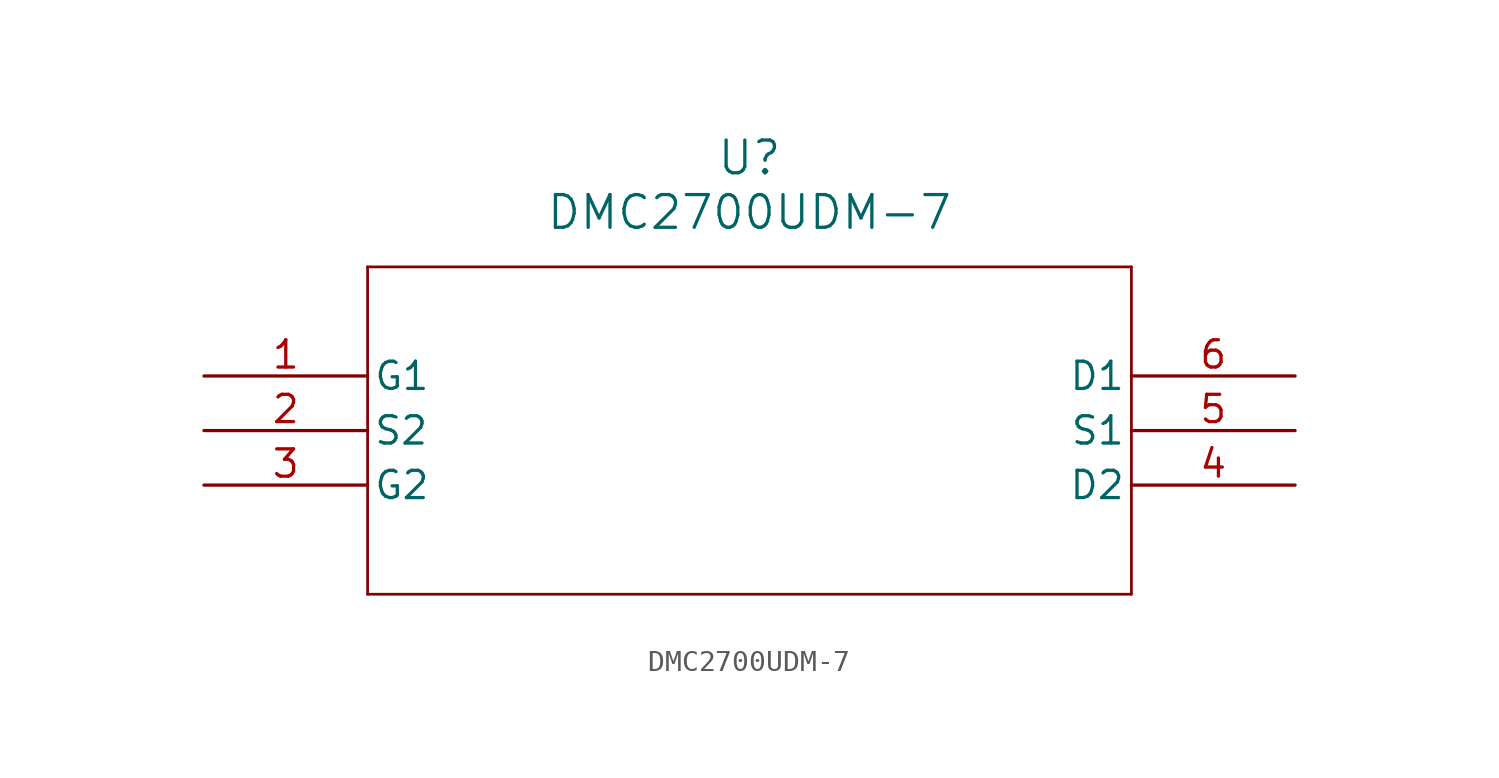
<source format=kicad_sym>
(kicad_symbol_lib
  (version 20211014)
  (generator kicad_symbol_editor)
  (symbol "DMC2700UDM-7"
    (pin_names
      (offset 0.254))
    (property "Reference" "U"
      (at 25.4 10.16 0)
      (effects (font (size 1.524 1.524))))
    (property "Value" "DMC2700UDM-7"
      (at 25.4 7.62 0)
      (effects (font (size 1.524 1.524))))
    (symbol "DMC2700UDM-7_0_1"
      (polyline (pts (xy 7.62 5.08) (xy 7.62 -10.16)) (stroke (width 0.127) (type default) (color 0 0 0 0)) (fill (type none)))
      (polyline (pts (xy 7.62 -10.16) (xy 43.18 -10.16)) (stroke (width 0.127) (type default) (color 0 0 0 0)) (fill (type none)))
      (polyline (pts (xy 43.18 -10.16) (xy 43.18 5.08)) (stroke (width 0.127) (type default) (color 0 0 0 0)) (fill (type none)))
      (polyline (pts (xy 43.18 5.08) (xy 7.62 5.08)) (stroke (width 0.127) (type default) (color 0 0 0 0)) (fill (type none)))
      (pin unspecified line (at 0 0 0) (length 7.62) (name "G1" (effects (font (size 1.27 1.27)))) (number "1" (effects (font (size 1.27 1.27)))))
      (pin unspecified line (at 0 -2.54 0) (length 7.62) (name "S2" (effects (font (size 1.27 1.27)))) (number "2" (effects (font (size 1.27 1.27)))))
      (pin unspecified line (at 0 -5.08 0) (length 7.62) (name "G2" (effects (font (size 1.27 1.27)))) (number "3" (effects (font (size 1.27 1.27)))))
      (pin unspecified line (at 50.8 -5.08 180) (length 7.62) (name "D2" (effects (font (size 1.27 1.27)))) (number "4" (effects (font (size 1.27 1.27)))))
      (pin unspecified line (at 50.8 -2.54 180) (length 7.62) (name "S1" (effects (font (size 1.27 1.27)))) (number "5" (effects (font (size 1.27 1.27)))))
      (pin unspecified line (at 50.8 0 180) (length 7.62) (name "D1" (effects (font (size 1.27 1.27)))) (number "6" (effects (font (size 1.27 1.27))))))))
</source>
